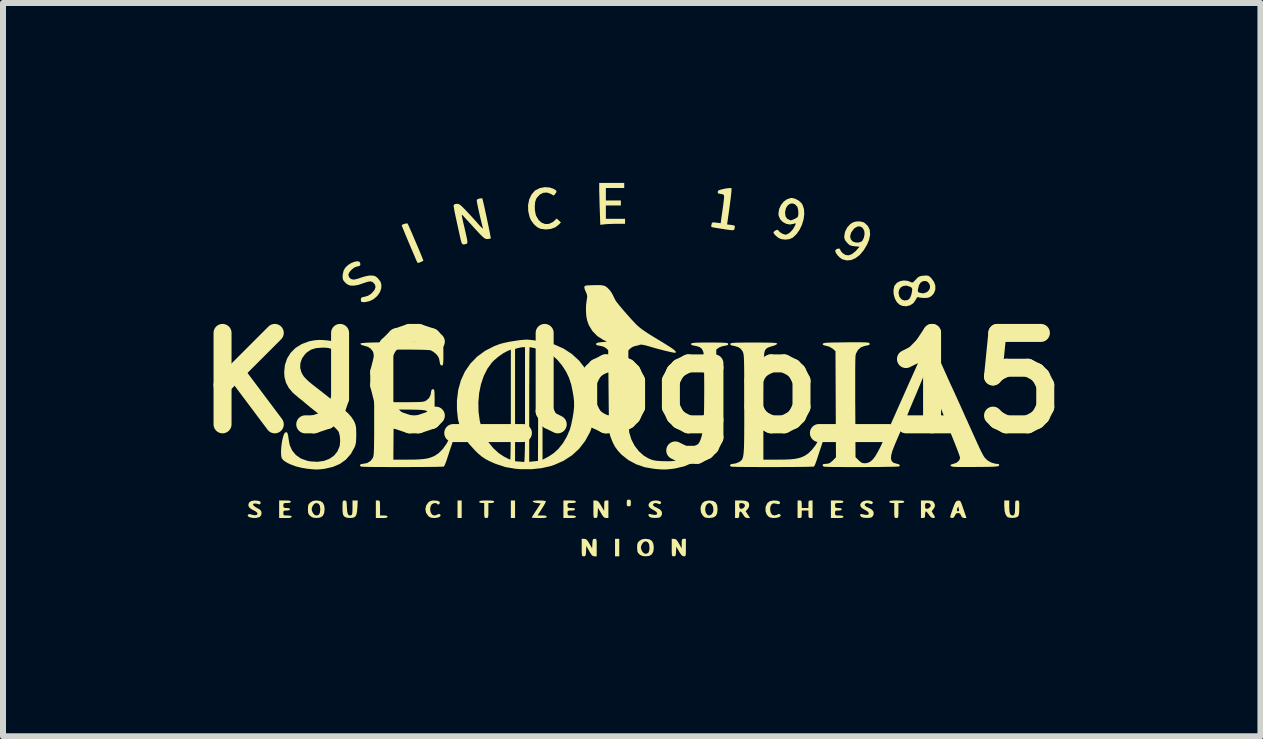
<source format=kicad_pcb>
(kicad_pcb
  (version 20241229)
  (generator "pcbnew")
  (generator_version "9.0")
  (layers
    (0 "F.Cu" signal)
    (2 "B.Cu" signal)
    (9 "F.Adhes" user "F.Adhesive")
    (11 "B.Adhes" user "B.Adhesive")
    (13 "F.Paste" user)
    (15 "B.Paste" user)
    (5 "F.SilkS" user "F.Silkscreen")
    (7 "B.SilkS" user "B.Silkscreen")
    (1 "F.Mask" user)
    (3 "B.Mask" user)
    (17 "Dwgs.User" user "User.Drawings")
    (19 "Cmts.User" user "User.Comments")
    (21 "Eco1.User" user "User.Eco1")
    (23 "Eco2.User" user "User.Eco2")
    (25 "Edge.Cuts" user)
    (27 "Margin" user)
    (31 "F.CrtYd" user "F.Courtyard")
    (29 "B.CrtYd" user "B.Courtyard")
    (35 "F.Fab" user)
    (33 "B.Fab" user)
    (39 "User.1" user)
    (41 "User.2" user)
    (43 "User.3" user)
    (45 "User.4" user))
  (footprint "KJC_logo_15"
    (layer "F.Cu")
    (at 7.482 3.335)
    (property "Reference" "KJC_logo_15" (at 0 0 0) (layer "F.SilkS") (effects (font (size 1.524 1.524) (thickness 0.3))))
    (attr board_only exclude_from_pos_files exclude_from_bom)
    (fp_poly (pts (xy -2.835 2.251) (xy -2.904 2.251) (xy -2.904 1.959) (xy -2.835 1.959)) (stroke (width 0) (type solid)) (fill yes) (layer "F.SilkS"))
    (fp_poly (pts (xy -1.945 2.251) (xy -2.015 2.251) (xy -2.015 1.959) (xy -1.945 1.959)) (stroke (width 0) (type solid)) (fill yes) (layer "F.SilkS"))
    (fp_poly (pts (xy -0.208 2.89) (xy -0.278 2.89) (xy -0.278 2.598) (xy -0.208 2.598)) (stroke (width 0) (type solid)) (fill yes) (layer "F.SilkS"))
    (fp_poly (pts (xy -0.026 1.948) (xy -0.016 1.963) (xy -0.014 1.996) (xy -0.014 2.001) (xy -0.016 2.037) (xy -0.025 2.053) (xy -0.046 2.056) (xy -0.049 2.056) (xy -0.071 2.053) (xy -0.081 2.039) (xy -0.083 2.006) (xy -0.083 2.001) (xy -0.081 1.965) (xy -0.073 1.949) (xy -0.052 1.945) (xy -0.049 1.945)) (stroke (width 0) (type solid)) (fill yes) (layer "F.SilkS"))
    (fp_poly (pts (xy -4.215 1.96) (xy -4.204 1.967) (xy -4.199 1.984) (xy -4.197 2.018) (xy -4.196 2.073) (xy -4.196 2.084) (xy -4.196 2.209) (xy -4.134 2.209) (xy -4.093 2.212) (xy -4.074 2.221) (xy -4.071 2.23) (xy -4.077 2.241) (xy -4.098 2.248) (xy -4.138 2.251) (xy -4.168 2.251) (xy -4.266 2.251) (xy -4.266 1.959) (xy -4.231 1.959)) (stroke (width 0) (type solid)) (fill yes) (layer "F.SilkS"))
    (fp_poly (pts (xy -0.125 -3.251) (xy -0.431 -3.251) (xy -0.431 -3.043) (xy -0.181 -3.043) (xy -0.181 -2.96) (xy -0.431 -2.96) (xy -0.431 -2.737) (xy -0.111 -2.737) (xy -0.111 -2.654) (xy -0.247 -2.654) (xy -0.315 -2.653) (xy -0.382 -2.65) (xy -0.437 -2.647) (xy -0.453 -2.645) (xy -0.524 -2.637) (xy -0.533 -2.891) (xy -0.536 -2.98) (xy -0.538 -3.067) (xy -0.54 -3.145) (xy -0.542 -3.207) (xy -0.542 -3.24) (xy -0.542 -3.335) (xy -0.125 -3.335)) (stroke (width 0) (type solid)) (fill yes) (layer "F.SilkS"))
    (fp_poly (pts (xy 2.821 1.962) (xy 2.831 1.975) (xy 2.834 2.005) (xy 2.835 2.022) (xy 2.835 2.084) (xy 2.946 2.084) (xy 2.946 2.022) (xy 2.947 1.983) (xy 2.954 1.965) (xy 2.971 1.959) (xy 2.98 1.959) (xy 3.015 1.959) (xy 3.015 2.251) (xy 2.98 2.251) (xy 2.959 2.248) (xy 2.949 2.236) (xy 2.946 2.205) (xy 2.946 2.188) (xy 2.946 2.126) (xy 2.835 2.126) (xy 2.835 2.188) (xy 2.833 2.227) (xy 2.826 2.245) (xy 2.809 2.251) (xy 2.8 2.251) (xy 2.765 2.251) (xy 2.765 1.959) (xy 2.8 1.959)) (stroke (width 0) (type solid)) (fill yes) (layer "F.SilkS"))
    (fp_poly (pts (xy -2.357 1.96) (xy -2.319 1.963) (xy -2.299 1.969) (xy -2.293 1.979) (xy -2.293 1.98) (xy -2.303 1.995) (xy -2.337 2.001) (xy -2.341 2.001) (xy -2.39 2.001) (xy -2.39 2.126) (xy -2.39 2.185) (xy -2.392 2.222) (xy -2.397 2.242) (xy -2.406 2.249) (xy -2.422 2.251) (xy -2.425 2.251) (xy -2.441 2.25) (xy -2.451 2.243) (xy -2.457 2.226) (xy -2.459 2.192) (xy -2.459 2.137) (xy -2.459 2.126) (xy -2.459 2.001) (xy -2.501 2.001) (xy -2.534 1.995) (xy -2.543 1.98) (xy -2.538 1.97) (xy -2.52 1.964) (xy -2.485 1.96) (xy -2.427 1.959) (xy -2.418 1.959)) (stroke (width 0) (type solid)) (fill yes) (layer "F.SilkS"))
    (fp_poly (pts (xy 4.48 1.96) (xy 4.518 1.963) (xy 4.537 1.969) (xy 4.544 1.979) (xy 4.544 1.98) (xy 4.533 1.995) (xy 4.499 2.001) (xy 4.495 2.001) (xy 4.446 2.001) (xy 4.446 2.126) (xy 4.446 2.185) (xy 4.444 2.222) (xy 4.439 2.242) (xy 4.43 2.249) (xy 4.415 2.251) (xy 4.412 2.251) (xy 4.395 2.25) (xy 4.385 2.243) (xy 4.38 2.226) (xy 4.377 2.192) (xy 4.377 2.137) (xy 4.377 2.126) (xy 4.377 2.001) (xy 4.335 2.001) (xy 4.302 1.995) (xy 4.294 1.98) (xy 4.298 1.97) (xy 4.316 1.964) (xy 4.352 1.96) (xy 4.41 1.959) (xy 4.419 1.959)) (stroke (width 0) (type solid)) (fill yes) (layer "F.SilkS"))
    (fp_poly (pts (xy -0.578 1.963) (xy -0.557 1.977) (xy -0.534 2.007) (xy -0.51 2.046) (xy -0.459 2.133) (xy -0.459 2.046) (xy -0.458 1.999) (xy -0.454 1.973) (xy -0.445 1.962) (xy -0.427 1.959) (xy -0.424 1.959) (xy -0.389 1.959) (xy -0.389 2.251) (xy -0.427 2.251) (xy -0.45 2.247) (xy -0.47 2.232) (xy -0.493 2.201) (xy -0.514 2.166) (xy -0.563 2.081) (xy -0.567 2.166) (xy -0.57 2.213) (xy -0.575 2.238) (xy -0.586 2.249) (xy -0.605 2.251) (xy -0.605 2.251) (xy -0.62 2.25) (xy -0.63 2.244) (xy -0.636 2.228) (xy -0.638 2.198) (xy -0.639 2.147) (xy -0.639 2.105) (xy -0.639 1.959) (xy -0.601 1.959)) (stroke (width 0) (type solid)) (fill yes) (layer "F.SilkS"))
    (fp_poly (pts (xy 2.429 1.963) (xy 2.463 1.975) (xy 2.473 1.995) (xy 2.465 2.017) (xy 2.438 2.021) (xy 2.407 2.012) (xy 2.362 2.006) (xy 2.33 2.024) (xy 2.311 2.064) (xy 2.307 2.105) (xy 2.316 2.159) (xy 2.34 2.195) (xy 2.377 2.209) (xy 2.421 2.198) (xy 2.431 2.192) (xy 2.457 2.182) (xy 2.476 2.193) (xy 2.476 2.193) (xy 2.484 2.213) (xy 2.47 2.229) (xy 2.439 2.242) (xy 2.4 2.249) (xy 2.356 2.251) (xy 2.315 2.244) (xy 2.283 2.23) (xy 2.249 2.191) (xy 2.231 2.137) (xy 2.231 2.077) (xy 2.236 2.055) (xy 2.262 2.002) (xy 2.304 1.97) (xy 2.364 1.959) (xy 2.371 1.959)) (stroke (width 0) (type solid)) (fill yes) (layer "F.SilkS"))
    (fp_poly (pts (xy -1.479 1.961) (xy -1.442 1.967) (xy -1.431 1.975) (xy -1.438 1.993) (xy -1.457 2.029) (xy -1.485 2.075) (xy -1.5 2.1) (xy -1.57 2.209) (xy -1.493 2.209) (xy -1.447 2.211) (xy -1.424 2.218) (xy -1.417 2.23) (xy -1.422 2.24) (xy -1.44 2.247) (xy -1.475 2.25) (xy -1.533 2.251) (xy -1.542 2.251) (xy -1.597 2.25) (xy -1.64 2.248) (xy -1.664 2.246) (xy -1.667 2.244) (xy -1.66 2.231) (xy -1.641 2.199) (xy -1.613 2.155) (xy -1.592 2.123) (xy -1.517 2.008) (xy -1.581 2.001) (xy -1.62 1.993) (xy -1.645 1.982) (xy -1.65 1.977) (xy -1.645 1.967) (xy -1.622 1.962) (xy -1.576 1.959) (xy -1.543 1.959)) (stroke (width 0) (type solid)) (fill yes) (layer "F.SilkS"))
    (fp_poly (pts (xy -4.574 2.077) (xy -4.58 2.15) (xy -4.592 2.2) (xy -4.613 2.231) (xy -4.645 2.246) (xy -4.692 2.251) (xy -4.699 2.251) (xy -4.751 2.246) (xy -4.786 2.23) (xy -4.794 2.223) (xy -4.808 2.205) (xy -4.816 2.18) (xy -4.82 2.141) (xy -4.822 2.083) (xy -4.822 2.077) (xy -4.821 2.02) (xy -4.819 1.985) (xy -4.814 1.967) (xy -4.804 1.96) (xy -4.787 1.959) (xy -4.77 1.961) (xy -4.76 1.968) (xy -4.754 1.988) (xy -4.751 2.026) (xy -4.749 2.072) (xy -4.744 2.141) (xy -4.733 2.185) (xy -4.715 2.207) (xy -4.688 2.208) (xy -4.678 2.205) (xy -4.666 2.196) (xy -4.659 2.175) (xy -4.656 2.137) (xy -4.655 2.078) (xy -4.655 1.959) (xy -4.568 1.959)) (stroke (width 0) (type solid)) (fill yes) (layer "F.SilkS"))
    (fp_poly (pts (xy 0.903 2.744) (xy 0.903 2.809) (xy 0.902 2.851) (xy 0.898 2.875) (xy 0.891 2.887) (xy 0.879 2.89) (xy 0.869 2.89) (xy 0.847 2.884) (xy 0.825 2.864) (xy 0.798 2.824) (xy 0.79 2.81) (xy 0.743 2.73) (xy 0.739 2.81) (xy 0.736 2.855) (xy 0.73 2.879) (xy 0.718 2.889) (xy 0.701 2.89) (xy 0.686 2.889) (xy 0.676 2.883) (xy 0.67 2.868) (xy 0.668 2.837) (xy 0.667 2.786) (xy 0.667 2.744) (xy 0.667 2.598) (xy 0.705 2.599) (xy 0.729 2.603) (xy 0.749 2.618) (xy 0.772 2.651) (xy 0.788 2.678) (xy 0.833 2.758) (xy 0.833 2.678) (xy 0.834 2.633) (xy 0.839 2.609) (xy 0.85 2.6) (xy 0.868 2.598) (xy 0.903 2.598)) (stroke (width 0) (type solid)) (fill yes) (layer "F.SilkS"))
    (fp_poly (pts (xy -3.737 -2.658) (xy -3.729 -2.643) (xy -3.712 -2.606) (xy -3.689 -2.553) (xy -3.66 -2.488) (xy -3.629 -2.414) (xy -3.596 -2.337) (xy -3.563 -2.26) (xy -3.533 -2.189) (xy -3.507 -2.126) (xy -3.488 -2.078) (xy -3.476 -2.048) (xy -3.474 -2.04) (xy -3.485 -2.031) (xy -3.512 -2.019) (xy -3.542 -2.007) (xy -3.565 -2.001) (xy -3.567 -2.001) (xy -3.575 -2.012) (xy -3.589 -2.04) (xy -3.592 -2.046) (xy -3.603 -2.072) (xy -3.623 -2.12) (xy -3.65 -2.183) (xy -3.682 -2.258) (xy -3.717 -2.34) (xy -3.723 -2.355) (xy -3.757 -2.435) (xy -3.786 -2.506) (xy -3.81 -2.564) (xy -3.827 -2.606) (xy -3.835 -2.627) (xy -3.835 -2.628) (xy -3.823 -2.64) (xy -3.796 -2.651) (xy -3.764 -2.659) (xy -3.741 -2.66)) (stroke (width 0) (type solid)) (fill yes) (layer "F.SilkS"))
    (fp_poly (pts (xy -3.237 1.964) (xy -3.205 1.978) (xy -3.199 2.002) (xy -3.2 2.006) (xy -3.217 2.027) (xy -3.238 2.023) (xy -3.244 2.015) (xy -3.267 2.002) (xy -3.299 2.004) (xy -3.33 2.02) (xy -3.341 2.032) (xy -3.358 2.074) (xy -3.36 2.12) (xy -3.349 2.163) (xy -3.326 2.196) (xy -3.294 2.209) (xy -3.292 2.209) (xy -3.258 2.202) (xy -3.238 2.192) (xy -3.212 2.182) (xy -3.193 2.193) (xy -3.193 2.193) (xy -3.186 2.213) (xy -3.202 2.231) (xy -3.237 2.245) (xy -3.286 2.251) (xy -3.294 2.251) (xy -3.342 2.247) (xy -3.376 2.231) (xy -3.394 2.216) (xy -3.429 2.163) (xy -3.44 2.103) (xy -3.427 2.043) (xy -3.394 1.994) (xy -3.362 1.97) (xy -3.323 1.96) (xy -3.295 1.959)) (stroke (width 0) (type solid)) (fill yes) (layer "F.SilkS"))
    (fp_poly (pts (xy -0.769 2.602) (xy -0.748 2.616) (xy -0.726 2.645) (xy -0.706 2.678) (xy -0.66 2.758) (xy -0.656 2.678) (xy -0.653 2.633) (xy -0.647 2.609) (xy -0.635 2.6) (xy -0.618 2.598) (xy -0.602 2.599) (xy -0.593 2.605) (xy -0.587 2.621) (xy -0.584 2.652) (xy -0.584 2.702) (xy -0.584 2.744) (xy -0.584 2.89) (xy -0.622 2.89) (xy -0.644 2.886) (xy -0.664 2.872) (xy -0.686 2.841) (xy -0.709 2.803) (xy -0.757 2.716) (xy -0.761 2.803) (xy -0.764 2.851) (xy -0.77 2.877) (xy -0.78 2.888) (xy -0.798 2.89) (xy -0.8 2.89) (xy -0.815 2.889) (xy -0.825 2.883) (xy -0.83 2.868) (xy -0.833 2.837) (xy -0.834 2.786) (xy -0.834 2.744) (xy -0.834 2.598) (xy -0.793 2.598)) (stroke (width 0) (type solid)) (fill yes) (layer "F.SilkS"))
    (fp_poly (pts (xy 6.294 2.068) (xy 6.297 2.134) (xy 6.305 2.177) (xy 6.321 2.201) (xy 6.346 2.209) (xy 6.351 2.209) (xy 6.37 2.204) (xy 6.382 2.186) (xy 6.389 2.151) (xy 6.391 2.095) (xy 6.392 2.062) (xy 6.392 2.01) (xy 6.395 1.979) (xy 6.402 1.964) (xy 6.415 1.96) (xy 6.426 1.959) (xy 6.443 1.96) (xy 6.453 1.967) (xy 6.459 1.985) (xy 6.461 2.019) (xy 6.461 2.075) (xy 6.461 2.082) (xy 6.46 2.144) (xy 6.456 2.185) (xy 6.449 2.211) (xy 6.437 2.227) (xy 6.436 2.228) (xy 6.403 2.243) (xy 6.356 2.25) (xy 6.307 2.248) (xy 6.268 2.237) (xy 6.263 2.234) (xy 6.234 2.196) (xy 6.217 2.135) (xy 6.211 2.049) (xy 6.211 1.959) (xy 6.294 1.959)) (stroke (width 0) (type solid)) (fill yes) (layer "F.SilkS"))
    (fp_poly (pts (xy 1.358 1.967) (xy 1.4 1.993) (xy 1.424 2.038) (xy 1.431 2.105) (xy 1.431 2.105) (xy 1.424 2.172) (xy 1.401 2.217) (xy 1.359 2.242) (xy 1.297 2.251) (xy 1.292 2.251) (xy 1.245 2.248) (xy 1.213 2.237) (xy 1.189 2.216) (xy 1.155 2.16) (xy 1.15 2.118) (xy 1.225 2.118) (xy 1.235 2.161) (xy 1.256 2.194) (xy 1.285 2.209) (xy 1.288 2.209) (xy 1.316 2.2) (xy 1.336 2.186) (xy 1.357 2.15) (xy 1.362 2.108) (xy 1.354 2.057) (xy 1.333 2.021) (xy 1.305 2.003) (xy 1.273 2.006) (xy 1.244 2.032) (xy 1.228 2.072) (xy 1.225 2.118) (xy 1.15 2.118) (xy 1.147 2.095) (xy 1.154 2.052) (xy 1.178 2.002) (xy 1.218 1.972) (xy 1.277 1.96) (xy 1.296 1.959)) (stroke (width 0) (type solid)) (fill yes) (layer "F.SilkS"))
    (fp_poly (pts (xy -5.727 1.96) (xy -5.697 1.965) (xy -5.684 1.974) (xy -5.683 1.98) (xy -5.691 1.994) (xy -5.719 2) (xy -5.746 2.001) (xy -5.784 2.002) (xy -5.802 2.009) (xy -5.808 2.027) (xy -5.808 2.043) (xy -5.806 2.069) (xy -5.794 2.081) (xy -5.764 2.084) (xy -5.753 2.084) (xy -5.714 2.088) (xy -5.698 2.099) (xy -5.697 2.105) (xy -5.706 2.12) (xy -5.737 2.126) (xy -5.753 2.126) (xy -5.788 2.128) (xy -5.804 2.136) (xy -5.808 2.159) (xy -5.808 2.168) (xy -5.807 2.192) (xy -5.797 2.205) (xy -5.773 2.209) (xy -5.739 2.209) (xy -5.695 2.212) (xy -5.674 2.219) (xy -5.669 2.23) (xy -5.675 2.241) (xy -5.694 2.248) (xy -5.733 2.251) (xy -5.773 2.251) (xy -5.878 2.251) (xy -5.878 1.959) (xy -5.78 1.959)) (stroke (width 0) (type solid)) (fill yes) (layer "F.SilkS"))
    (fp_poly (pts (xy -0.98 1.96) (xy -0.948 1.964) (xy -0.933 1.972) (xy -0.931 1.98) (xy -0.938 1.993) (xy -0.964 2) (xy -1 2.001) (xy -1.042 2.002) (xy -1.062 2.007) (xy -1.069 2.022) (xy -1.07 2.043) (xy -1.068 2.068) (xy -1.058 2.08) (xy -1.031 2.084) (xy -1.007 2.084) (xy -0.966 2.087) (xy -0.947 2.096) (xy -0.945 2.105) (xy -0.953 2.119) (xy -0.981 2.125) (xy -1.007 2.126) (xy -1.046 2.127) (xy -1.064 2.134) (xy -1.07 2.152) (xy -1.07 2.168) (xy -1.068 2.192) (xy -1.059 2.205) (xy -1.035 2.209) (xy -1 2.209) (xy -0.957 2.212) (xy -0.935 2.219) (xy -0.931 2.23) (xy -0.936 2.241) (xy -0.956 2.248) (xy -0.995 2.251) (xy -1.035 2.251) (xy -1.139 2.251) (xy -1.139 1.959) (xy -1.035 1.959)) (stroke (width 0) (type solid)) (fill yes) (layer "F.SilkS"))
    (fp_poly (pts (xy 3.48 1.96) (xy 3.512 1.964) (xy 3.527 1.972) (xy 3.529 1.98) (xy 3.522 1.993) (xy 3.496 2) (xy 3.46 2.001) (xy 3.419 2.002) (xy 3.398 2.007) (xy 3.391 2.022) (xy 3.39 2.043) (xy 3.393 2.069) (xy 3.404 2.081) (xy 3.434 2.084) (xy 3.446 2.084) (xy 3.485 2.088) (xy 3.501 2.099) (xy 3.502 2.105) (xy 3.492 2.12) (xy 3.462 2.126) (xy 3.446 2.126) (xy 3.41 2.128) (xy 3.394 2.136) (xy 3.39 2.159) (xy 3.39 2.168) (xy 3.392 2.192) (xy 3.401 2.205) (xy 3.426 2.209) (xy 3.46 2.209) (xy 3.504 2.212) (xy 3.525 2.219) (xy 3.529 2.23) (xy 3.524 2.241) (xy 3.504 2.248) (xy 3.465 2.251) (xy 3.425 2.251) (xy 3.321 2.251) (xy 3.321 1.959) (xy 3.425 1.959)) (stroke (width 0) (type solid)) (fill yes) (layer "F.SilkS"))
    (fp_poly (pts (xy 1.885 1.963) (xy 1.928 1.975) (xy 1.952 1.999) (xy 1.959 2.036) (xy 1.959 2.039) (xy 1.95 2.076) (xy 1.929 2.107) (xy 1.899 2.139) (xy 1.936 2.195) (xy 1.973 2.251) (xy 1.932 2.251) (xy 1.902 2.246) (xy 1.879 2.227) (xy 1.859 2.196) (xy 1.831 2.155) (xy 1.811 2.141) (xy 1.797 2.154) (xy 1.792 2.192) (xy 1.792 2.195) (xy 1.791 2.231) (xy 1.782 2.247) (xy 1.761 2.251) (xy 1.758 2.251) (xy 1.723 2.251) (xy 1.723 2.049) (xy 1.792 2.049) (xy 1.8 2.086) (xy 1.821 2.1) (xy 1.855 2.089) (xy 1.868 2.08) (xy 1.888 2.053) (xy 1.884 2.027) (xy 1.859 2.008) (xy 1.837 2.003) (xy 1.808 2.003) (xy 1.795 2.013) (xy 1.792 2.043) (xy 1.792 2.049) (xy 1.723 2.049) (xy 1.723 1.959) (xy 1.819 1.959)) (stroke (width 0) (type solid)) (fill yes) (layer "F.SilkS"))
    (fp_poly (pts (xy -5.192 1.968) (xy -5.151 1.995) (xy -5.127 2.043) (xy -5.12 2.105) (xy -5.128 2.172) (xy -5.153 2.218) (xy -5.197 2.244) (xy -5.254 2.251) (xy -5.307 2.246) (xy -5.346 2.228) (xy -5.359 2.217) (xy -5.382 2.194) (xy -5.394 2.168) (xy -5.398 2.13) (xy -5.398 2.105) (xy -5.336 2.105) (xy -5.33 2.133) (xy -5.315 2.168) (xy -5.314 2.168) (xy -5.287 2.2) (xy -5.252 2.21) (xy -5.218 2.196) (xy -5.21 2.188) (xy -5.199 2.161) (xy -5.193 2.12) (xy -5.192 2.105) (xy -5.199 2.047) (xy -5.221 2.013) (xy -5.258 2.001) (xy -5.261 2.001) (xy -5.29 2.013) (xy -5.316 2.044) (xy -5.333 2.083) (xy -5.336 2.105) (xy -5.398 2.105) (xy -5.396 2.057) (xy -5.389 2.027) (xy -5.371 2.004) (xy -5.359 1.993) (xy -5.321 1.969) (xy -5.275 1.96) (xy -5.254 1.959)) (stroke (width 0) (type solid)) (fill yes) (layer "F.SilkS"))
    (fp_poly (pts (xy 0.296 2.607) (xy 0.338 2.634) (xy 0.361 2.682) (xy 0.368 2.744) (xy 0.36 2.811) (xy 0.335 2.857) (xy 0.292 2.883) (xy 0.235 2.89) (xy 0.182 2.885) (xy 0.142 2.867) (xy 0.129 2.857) (xy 0.106 2.833) (xy 0.095 2.808) (xy 0.091 2.769) (xy 0.09 2.744) (xy 0.153 2.744) (xy 0.159 2.772) (xy 0.174 2.807) (xy 0.174 2.807) (xy 0.202 2.839) (xy 0.237 2.849) (xy 0.27 2.835) (xy 0.279 2.827) (xy 0.29 2.8) (xy 0.296 2.759) (xy 0.296 2.744) (xy 0.289 2.687) (xy 0.267 2.652) (xy 0.23 2.64) (xy 0.228 2.64) (xy 0.199 2.652) (xy 0.173 2.683) (xy 0.156 2.722) (xy 0.153 2.744) (xy 0.09 2.744) (xy 0.092 2.696) (xy 0.1 2.666) (xy 0.117 2.643) (xy 0.129 2.632) (xy 0.167 2.608) (xy 0.214 2.599) (xy 0.235 2.598)) (stroke (width 0) (type solid)) (fill yes) (layer "F.SilkS"))
    (fp_poly (pts (xy 0.451 1.965) (xy 0.479 1.976) (xy 0.492 1.992) (xy 0.486 2.009) (xy 0.464 2.021) (xy 0.444 2.014) (xy 0.406 2.002) (xy 0.373 2.005) (xy 0.357 2.021) (xy 0.356 2.04) (xy 0.375 2.059) (xy 0.416 2.079) (xy 0.428 2.084) (xy 0.477 2.113) (xy 0.503 2.15) (xy 0.504 2.192) (xy 0.502 2.199) (xy 0.483 2.228) (xy 0.465 2.242) (xy 0.429 2.249) (xy 0.381 2.25) (xy 0.334 2.246) (xy 0.302 2.236) (xy 0.302 2.236) (xy 0.282 2.214) (xy 0.278 2.2) (xy 0.284 2.186) (xy 0.307 2.186) (xy 0.316 2.188) (xy 0.373 2.199) (xy 0.407 2.198) (xy 0.422 2.185) (xy 0.424 2.175) (xy 0.412 2.149) (xy 0.374 2.124) (xy 0.364 2.119) (xy 0.31 2.087) (xy 0.282 2.054) (xy 0.282 2.021) (xy 0.306 1.987) (xy 0.334 1.97) (xy 0.372 1.961) (xy 0.413 1.959)) (stroke (width 0) (type solid)) (fill yes) (layer "F.SilkS"))
    (fp_poly (pts (xy 3.98 1.965) (xy 4.009 1.976) (xy 4.021 1.992) (xy 4.015 2.009) (xy 3.993 2.021) (xy 3.973 2.014) (xy 3.935 2.002) (xy 3.902 2.005) (xy 3.886 2.021) (xy 3.886 2.04) (xy 3.904 2.059) (xy 3.945 2.079) (xy 3.958 2.084) (xy 4.006 2.113) (xy 4.032 2.15) (xy 4.033 2.192) (xy 4.031 2.199) (xy 4.013 2.228) (xy 3.995 2.242) (xy 3.958 2.249) (xy 3.91 2.25) (xy 3.864 2.246) (xy 3.832 2.236) (xy 3.832 2.236) (xy 3.811 2.214) (xy 3.807 2.2) (xy 3.814 2.186) (xy 3.837 2.186) (xy 3.845 2.188) (xy 3.902 2.199) (xy 3.936 2.198) (xy 3.952 2.185) (xy 3.953 2.175) (xy 3.941 2.149) (xy 3.903 2.124) (xy 3.893 2.119) (xy 3.839 2.087) (xy 3.812 2.054) (xy 3.811 2.021) (xy 3.835 1.987) (xy 3.863 1.97) (xy 3.901 1.961) (xy 3.942 1.959)) (stroke (width 0) (type solid)) (fill yes) (layer "F.SilkS"))
    (fp_poly (pts (xy -6.225 1.964) (xy -6.193 1.977) (xy -6.186 2) (xy -6.188 2.008) (xy -6.204 2.024) (xy -6.222 2.021) (xy -6.255 2.012) (xy -6.281 2.009) (xy -6.309 2.014) (xy -6.314 2.028) (xy -6.299 2.05) (xy -6.263 2.075) (xy -6.246 2.084) (xy -6.203 2.108) (xy -6.181 2.131) (xy -6.172 2.157) (xy -6.172 2.158) (xy -6.177 2.204) (xy -6.205 2.235) (xy -6.255 2.249) (xy -6.287 2.251) (xy -6.336 2.247) (xy -6.374 2.237) (xy -6.386 2.231) (xy -6.403 2.212) (xy -6.397 2.195) (xy -6.397 2.195) (xy -6.378 2.186) (xy -6.347 2.191) (xy -6.332 2.196) (xy -6.285 2.206) (xy -6.253 2.201) (xy -6.239 2.184) (xy -6.246 2.161) (xy -6.277 2.136) (xy -6.291 2.13) (xy -6.347 2.1) (xy -6.379 2.072) (xy -6.391 2.041) (xy -6.392 2.034) (xy -6.38 1.994) (xy -6.346 1.969) (xy -6.289 1.959) (xy -6.283 1.959)) (stroke (width 0) (type solid)) (fill yes) (layer "F.SilkS"))
    (fp_poly (pts (xy 5.473 1.966) (xy 5.485 1.981) (xy 5.498 2.011) (xy 5.516 2.06) (xy 5.531 2.105) (xy 5.581 2.251) (xy 5.543 2.251) (xy 5.513 2.244) (xy 5.494 2.219) (xy 5.491 2.209) (xy 5.473 2.178) (xy 5.447 2.168) (xy 5.44 2.168) (xy 5.41 2.175) (xy 5.392 2.202) (xy 5.389 2.209) (xy 5.371 2.241) (xy 5.344 2.251) (xy 5.341 2.251) (xy 5.316 2.245) (xy 5.309 2.234) (xy 5.314 2.214) (xy 5.326 2.174) (xy 5.344 2.123) (xy 5.344 2.122) (xy 5.42 2.122) (xy 5.43 2.137) (xy 5.441 2.14) (xy 5.457 2.132) (xy 5.456 2.109) (xy 5.448 2.078) (xy 5.446 2.063) (xy 5.442 2.062) (xy 5.433 2.078) (xy 5.424 2.101) (xy 5.42 2.122) (xy 5.344 2.122) (xy 5.355 2.091) (xy 5.377 2.033) (xy 5.394 1.996) (xy 5.408 1.975) (xy 5.423 1.965) (xy 5.441 1.962) (xy 5.459 1.961)) (stroke (width 0) (type solid)) (fill yes) (layer "F.SilkS"))
    (fp_poly (pts (xy -1.369 -3.259) (xy -1.308 -3.239) (xy -1.27 -3.217) (xy -1.254 -3.199) (xy -1.258 -3.178) (xy -1.275 -3.154) (xy -1.3 -3.124) (xy -1.352 -3.154) (xy -1.412 -3.175) (xy -1.473 -3.171) (xy -1.53 -3.143) (xy -1.578 -3.092) (xy -1.594 -3.066) (xy -1.61 -3.016) (xy -1.616 -2.95) (xy -1.614 -2.88) (xy -1.602 -2.815) (xy -1.593 -2.786) (xy -1.552 -2.717) (xy -1.501 -2.672) (xy -1.442 -2.65) (xy -1.381 -2.652) (xy -1.319 -2.681) (xy -1.29 -2.705) (xy -1.251 -2.742) (xy -1.216 -2.71) (xy -1.181 -2.677) (xy -1.212 -2.643) (xy -1.273 -2.596) (xy -1.349 -2.568) (xy -1.434 -2.559) (xy -1.521 -2.571) (xy -1.526 -2.572) (xy -1.579 -2.6) (xy -1.632 -2.648) (xy -1.676 -2.708) (xy -1.703 -2.767) (xy -1.726 -2.868) (xy -1.728 -2.966) (xy -1.71 -3.058) (xy -1.673 -3.138) (xy -1.619 -3.202) (xy -1.6 -3.216) (xy -1.53 -3.25) (xy -1.449 -3.265)) (stroke (width 0) (type solid)) (fill yes) (layer "F.SilkS"))
    (fp_poly (pts (xy 4.971 1.96) (xy 5.003 1.965) (xy 5.023 1.975) (xy 5.036 1.99) (xy 5.055 2.031) (xy 5.051 2.069) (xy 5.029 2.103) (xy 5 2.14) (xy 5.029 2.187) (xy 5.05 2.223) (xy 5.055 2.243) (xy 5.044 2.25) (xy 5.023 2.251) (xy 4.994 2.242) (xy 4.966 2.213) (xy 4.954 2.195) (xy 4.93 2.163) (xy 4.911 2.143) (xy 4.905 2.14) (xy 4.896 2.152) (xy 4.891 2.183) (xy 4.891 2.195) (xy 4.889 2.231) (xy 4.88 2.247) (xy 4.859 2.251) (xy 4.856 2.251) (xy 4.822 2.251) (xy 4.822 2.05) (xy 4.891 2.05) (xy 4.894 2.083) (xy 4.907 2.097) (xy 4.918 2.098) (xy 4.949 2.089) (xy 4.966 2.076) (xy 4.984 2.057) (xy 4.986 2.042) (xy 4.98 2.023) (xy 4.96 2.006) (xy 4.931 2.001) (xy 4.904 2.004) (xy 4.893 2.018) (xy 4.891 2.05) (xy 4.822 2.05) (xy 4.822 1.959) (xy 4.918 1.959)) (stroke (width 0) (type solid)) (fill yes) (layer "F.SilkS"))
    (fp_poly (pts (xy 1.659 -3.249) (xy 1.663 -3.247) (xy 1.664 -3.23) (xy 1.662 -3.191) (xy 1.656 -3.132) (xy 1.647 -3.058) (xy 1.636 -2.974) (xy 1.632 -2.94) (xy 1.59 -2.643) (xy 1.65 -2.636) (xy 1.694 -2.63) (xy 1.715 -2.621) (xy 1.72 -2.605) (xy 1.715 -2.579) (xy 1.711 -2.564) (xy 1.706 -2.554) (xy 1.694 -2.548) (xy 1.672 -2.547) (xy 1.636 -2.55) (xy 1.58 -2.558) (xy 1.502 -2.57) (xy 1.496 -2.571) (xy 1.432 -2.581) (xy 1.379 -2.59) (xy 1.342 -2.597) (xy 1.327 -2.601) (xy 1.327 -2.601) (xy 1.326 -2.616) (xy 1.33 -2.643) (xy 1.336 -2.665) (xy 1.347 -2.676) (xy 1.371 -2.677) (xy 1.41 -2.673) (xy 1.483 -2.664) (xy 1.498 -2.774) (xy 1.514 -2.882) (xy 1.525 -2.965) (xy 1.533 -3.028) (xy 1.538 -3.072) (xy 1.54 -3.102) (xy 1.539 -3.121) (xy 1.536 -3.132) (xy 1.531 -3.138) (xy 1.527 -3.141) (xy 1.499 -3.151) (xy 1.469 -3.154) (xy 1.439 -3.162) (xy 1.432 -3.183) (xy 1.442 -3.206) (xy 1.461 -3.216) (xy 1.497 -3.227) (xy 1.544 -3.238) (xy 1.592 -3.246) (xy 1.634 -3.25)) (stroke (width 0) (type solid)) (fill yes) (layer "F.SilkS"))
    (fp_poly (pts (xy -4.544 -2.024) (xy -4.529 -2.005) (xy -4.526 -1.993) (xy -4.524 -1.97) (xy -4.531 -1.957) (xy -4.554 -1.947) (xy -4.591 -1.939) (xy -4.631 -1.921) (xy -4.671 -1.889) (xy -4.704 -1.851) (xy -4.723 -1.814) (xy -4.724 -1.803) (xy -4.712 -1.763) (xy -4.68 -1.734) (xy -4.638 -1.723) (xy -4.607 -1.728) (xy -4.561 -1.74) (xy -4.51 -1.758) (xy -4.447 -1.777) (xy -4.385 -1.79) (xy -4.35 -1.792) (xy -4.303 -1.789) (xy -4.268 -1.776) (xy -4.233 -1.747) (xy -4.192 -1.694) (xy -4.175 -1.649) (xy -4.175 -1.58) (xy -4.199 -1.512) (xy -4.242 -1.451) (xy -4.3 -1.4) (xy -4.369 -1.365) (xy -4.444 -1.348) (xy -4.46 -1.348) (xy -4.496 -1.349) (xy -4.512 -1.358) (xy -4.516 -1.38) (xy -4.516 -1.388) (xy -4.513 -1.413) (xy -4.501 -1.426) (xy -4.472 -1.434) (xy -4.452 -1.438) (xy -4.396 -1.454) (xy -4.346 -1.487) (xy -4.334 -1.498) (xy -4.29 -1.548) (xy -4.272 -1.592) (xy -4.278 -1.633) (xy -4.294 -1.658) (xy -4.321 -1.684) (xy -4.355 -1.694) (xy -4.4 -1.688) (xy -4.463 -1.667) (xy -4.464 -1.667) (xy -4.558 -1.635) (xy -4.635 -1.622) (xy -4.696 -1.625) (xy -4.747 -1.647) (xy -4.787 -1.685) (xy -4.81 -1.715) (xy -4.819 -1.746) (xy -4.82 -1.787) (xy -4.819 -1.801) (xy -4.804 -1.872) (xy -4.776 -1.922) (xy -4.73 -1.966) (xy -4.672 -2.002) (xy -4.611 -2.024) (xy -4.576 -2.029)) (stroke (width 0) (type solid)) (fill yes) (layer "F.SilkS"))
    (fp_poly (pts (xy 3.86 -2.681) (xy 3.882 -2.669) (xy 3.937 -2.618) (xy 3.968 -2.554) (xy 3.975 -2.477) (xy 3.958 -2.39) (xy 3.925 -2.309) (xy 3.866 -2.211) (xy 3.801 -2.134) (xy 3.73 -2.08) (xy 3.657 -2.049) (xy 3.583 -2.043) (xy 3.511 -2.063) (xy 3.501 -2.068) (xy 3.463 -2.096) (xy 3.428 -2.133) (xy 3.403 -2.171) (xy 3.393 -2.203) (xy 3.393 -2.208) (xy 3.406 -2.226) (xy 3.431 -2.238) (xy 3.456 -2.241) (xy 3.472 -2.234) (xy 3.474 -2.228) (xy 3.483 -2.206) (xy 3.506 -2.175) (xy 3.514 -2.167) (xy 3.563 -2.134) (xy 3.616 -2.128) (xy 3.673 -2.15) (xy 3.733 -2.198) (xy 3.752 -2.219) (xy 3.799 -2.272) (xy 3.718 -2.279) (xy 3.669 -2.286) (xy 3.635 -2.298) (xy 3.606 -2.322) (xy 3.591 -2.338) (xy 3.559 -2.378) (xy 3.545 -2.415) (xy 3.543 -2.446) (xy 3.544 -2.451) (xy 3.642 -2.451) (xy 3.649 -2.402) (xy 3.679 -2.364) (xy 3.693 -2.355) (xy 3.737 -2.342) (xy 3.785 -2.342) (xy 3.827 -2.356) (xy 3.846 -2.372) (xy 3.871 -2.424) (xy 3.882 -2.485) (xy 3.876 -2.54) (xy 3.875 -2.541) (xy 3.848 -2.587) (xy 3.809 -2.61) (xy 3.765 -2.609) (xy 3.718 -2.583) (xy 3.698 -2.563) (xy 3.658 -2.506) (xy 3.642 -2.451) (xy 3.544 -2.451) (xy 3.556 -2.52) (xy 3.591 -2.591) (xy 3.644 -2.649) (xy 3.685 -2.676) (xy 3.739 -2.692) (xy 3.802 -2.694)) (stroke (width 0) (type solid)) (fill yes) (layer "F.SilkS"))
    (fp_poly (pts (xy 2.723 -3.073) (xy 2.779 -3.044) (xy 2.826 -3.003) (xy 2.846 -2.975) (xy 2.871 -2.904) (xy 2.877 -2.821) (xy 2.866 -2.731) (xy 2.839 -2.64) (xy 2.799 -2.555) (xy 2.747 -2.481) (xy 2.685 -2.423) (xy 2.682 -2.421) (xy 2.628 -2.398) (xy 2.562 -2.39) (xy 2.496 -2.398) (xy 2.473 -2.406) (xy 2.44 -2.424) (xy 2.405 -2.452) (xy 2.377 -2.482) (xy 2.363 -2.505) (xy 2.362 -2.508) (xy 2.373 -2.526) (xy 2.398 -2.543) (xy 2.425 -2.555) (xy 2.44 -2.55) (xy 2.447 -2.539) (xy 2.474 -2.512) (xy 2.514 -2.488) (xy 2.556 -2.474) (xy 2.569 -2.473) (xy 2.603 -2.485) (xy 2.644 -2.514) (xy 2.682 -2.556) (xy 2.71 -2.6) (xy 2.729 -2.639) (xy 2.735 -2.658) (xy 2.726 -2.662) (xy 2.702 -2.654) (xy 2.702 -2.654) (xy 2.637 -2.642) (xy 2.574 -2.654) (xy 2.518 -2.684) (xy 2.475 -2.73) (xy 2.45 -2.787) (xy 2.446 -2.823) (xy 2.447 -2.831) (xy 2.557 -2.831) (xy 2.565 -2.776) (xy 2.592 -2.738) (xy 2.643 -2.713) (xy 2.651 -2.711) (xy 2.665 -2.715) (xy 2.695 -2.726) (xy 2.706 -2.731) (xy 2.742 -2.749) (xy 2.765 -2.766) (xy 2.768 -2.769) (xy 2.777 -2.801) (xy 2.778 -2.847) (xy 2.773 -2.895) (xy 2.762 -2.934) (xy 2.757 -2.943) (xy 2.719 -2.981) (xy 2.676 -2.994) (xy 2.635 -2.986) (xy 2.598 -2.958) (xy 2.571 -2.913) (xy 2.558 -2.852) (xy 2.557 -2.831) (xy 2.447 -2.831) (xy 2.457 -2.898) (xy 2.488 -2.966) (xy 2.534 -3.024) (xy 2.59 -3.064) (xy 2.653 -3.084) (xy 2.67 -3.085)) (stroke (width 0) (type solid)) (fill yes) (layer "F.SilkS"))
    (fp_poly (pts (xy 4.943 -1.788) (xy 4.968 -1.773) (xy 4.994 -1.748) (xy 5.04 -1.686) (xy 5.062 -1.62) (xy 5.061 -1.554) (xy 5.037 -1.493) (xy 5 -1.452) (xy 4.968 -1.431) (xy 4.933 -1.42) (xy 4.881 -1.417) (xy 4.88 -1.417) (xy 4.832 -1.42) (xy 4.795 -1.425) (xy 4.781 -1.43) (xy 4.765 -1.432) (xy 4.749 -1.414) (xy 4.736 -1.389) (xy 4.698 -1.333) (xy 4.643 -1.296) (xy 4.579 -1.279) (xy 4.513 -1.285) (xy 4.466 -1.305) (xy 4.421 -1.347) (xy 4.387 -1.407) (xy 4.368 -1.477) (xy 4.366 -1.502) (xy 4.448 -1.502) (xy 4.461 -1.444) (xy 4.467 -1.432) (xy 4.501 -1.392) (xy 4.547 -1.375) (xy 4.599 -1.383) (xy 4.612 -1.389) (xy 4.64 -1.418) (xy 4.661 -1.471) (xy 4.674 -1.532) (xy 4.674 -1.533) (xy 4.769 -1.533) (xy 4.778 -1.515) (xy 4.803 -1.503) (xy 4.862 -1.494) (xy 4.918 -1.513) (xy 4.943 -1.532) (xy 4.969 -1.571) (xy 4.974 -1.613) (xy 4.961 -1.653) (xy 4.935 -1.685) (xy 4.898 -1.701) (xy 4.854 -1.697) (xy 4.85 -1.695) (xy 4.814 -1.671) (xy 4.789 -1.629) (xy 4.773 -1.566) (xy 4.769 -1.533) (xy 4.674 -1.533) (xy 4.676 -1.568) (xy 4.666 -1.589) (xy 4.641 -1.605) (xy 4.582 -1.623) (xy 4.529 -1.618) (xy 4.486 -1.594) (xy 4.458 -1.554) (xy 4.448 -1.502) (xy 4.366 -1.502) (xy 4.364 -1.548) (xy 4.378 -1.613) (xy 4.384 -1.626) (xy 4.421 -1.67) (xy 4.475 -1.698) (xy 4.538 -1.709) (xy 4.603 -1.702) (xy 4.642 -1.687) (xy 4.667 -1.676) (xy 4.685 -1.676) (xy 4.704 -1.69) (xy 4.733 -1.721) (xy 4.736 -1.724) (xy 4.769 -1.759) (xy 4.799 -1.777) (xy 4.836 -1.786) (xy 4.867 -1.789) (xy 4.913 -1.792)) (stroke (width 0) (type solid)) (fill yes) (layer "F.SilkS"))
    (fp_poly (pts (xy -2.492 -3.08) (xy -2.487 -3.065) (xy -2.478 -3.028) (xy -2.465 -2.972) (xy -2.45 -2.904) (xy -2.433 -2.826) (xy -2.415 -2.744) (xy -2.398 -2.662) (xy -2.382 -2.584) (xy -2.368 -2.516) (xy -2.358 -2.461) (xy -2.351 -2.425) (xy -2.35 -2.411) (xy -2.368 -2.405) (xy -2.401 -2.4) (xy -2.405 -2.4) (xy -2.423 -2.4) (xy -2.44 -2.405) (xy -2.46 -2.417) (xy -2.486 -2.439) (xy -2.521 -2.473) (xy -2.568 -2.523) (xy -2.625 -2.584) (xy -2.681 -2.646) (xy -2.733 -2.702) (xy -2.776 -2.749) (xy -2.806 -2.782) (xy -2.821 -2.798) (xy -2.829 -2.804) (xy -2.833 -2.796) (xy -2.83 -2.772) (xy -2.821 -2.729) (xy -2.806 -2.663) (xy -2.798 -2.631) (xy -2.781 -2.556) (xy -2.765 -2.486) (xy -2.752 -2.428) (xy -2.744 -2.388) (xy -2.743 -2.381) (xy -2.74 -2.345) (xy -2.745 -2.326) (xy -2.763 -2.317) (xy -2.767 -2.316) (xy -2.8 -2.309) (xy -2.821 -2.314) (xy -2.836 -2.335) (xy -2.848 -2.376) (xy -2.854 -2.4) (xy -2.886 -2.544) (xy -2.912 -2.663) (xy -2.933 -2.76) (xy -2.949 -2.835) (xy -2.96 -2.891) (xy -2.966 -2.931) (xy -2.969 -2.955) (xy -2.968 -2.967) (xy -2.949 -2.982) (xy -2.913 -2.987) (xy -2.898 -2.986) (xy -2.883 -2.982) (xy -2.864 -2.971) (xy -2.841 -2.953) (xy -2.812 -2.925) (xy -2.773 -2.885) (xy -2.723 -2.832) (xy -2.659 -2.763) (xy -2.58 -2.675) (xy -2.543 -2.633) (xy -2.51 -2.599) (xy -2.487 -2.578) (xy -2.478 -2.574) (xy -2.479 -2.578) (xy -2.487 -2.604) (xy -2.499 -2.649) (xy -2.513 -2.71) (xy -2.529 -2.778) (xy -2.546 -2.85) (xy -2.561 -2.918) (xy -2.573 -2.976) (xy -2.581 -3.02) (xy -2.584 -3.042) (xy -2.584 -3.042) (xy -2.574 -3.063) (xy -2.542 -3.074) (xy -2.539 -3.075) (xy -2.508 -3.079) (xy -2.492 -3.08)) (stroke (width 0) (type solid)) (fill yes) (layer "F.SilkS"))
    (fp_poly (pts (xy 2.153 -0.674) (xy 2.244 -0.673) (xy 2.314 -0.672) (xy 2.364 -0.67) (xy 2.397 -0.667) (xy 2.416 -0.663) (xy 2.424 -0.657) (xy 2.425 -0.655) (xy 2.412 -0.64) (xy 2.376 -0.624) (xy 2.349 -0.616) (xy 2.304 -0.603) (xy 2.268 -0.588) (xy 2.255 -0.581) (xy 2.243 -0.571) (xy 2.233 -0.56) (xy 2.224 -0.547) (xy 2.217 -0.528) (xy 2.211 -0.503) (xy 2.207 -0.469) (xy 2.203 -0.424) (xy 2.2 -0.366) (xy 2.198 -0.293) (xy 2.197 -0.203) (xy 2.196 -0.093) (xy 2.196 0.038) (xy 2.195 0.192) (xy 2.195 0.372) (xy 2.195 1.278) (xy 2.442 1.278) (xy 2.553 1.277) (xy 2.642 1.273) (xy 2.713 1.266) (xy 2.773 1.255) (xy 2.825 1.24) (xy 2.876 1.218) (xy 2.879 1.217) (xy 2.94 1.177) (xy 3.003 1.116) (xy 3.062 1.041) (xy 3.109 0.962) (xy 3.143 0.903) (xy 3.17 0.869) (xy 3.185 0.862) (xy 3.2 0.864) (xy 3.207 0.875) (xy 3.206 0.898) (xy 3.197 0.936) (xy 3.18 0.994) (xy 3.163 1.046) (xy 3.139 1.118) (xy 3.114 1.193) (xy 3.093 1.259) (xy 3.084 1.285) (xy 3.067 1.334) (xy 3.051 1.372) (xy 3.039 1.392) (xy 3.038 1.393) (xy 3.021 1.395) (xy 2.98 1.396) (xy 2.918 1.398) (xy 2.838 1.399) (xy 2.743 1.4) (xy 2.637 1.401) (xy 2.523 1.401) (xy 2.404 1.402) (xy 2.283 1.402) (xy 2.165 1.402) (xy 2.051 1.401) (xy 1.945 1.401) (xy 1.851 1.4) (xy 1.772 1.399) (xy 1.711 1.397) (xy 1.671 1.396) (xy 1.657 1.394) (xy 1.638 1.379) (xy 1.642 1.363) (xy 1.665 1.351) (xy 1.69 1.348) (xy 1.737 1.34) (xy 1.783 1.321) (xy 1.786 1.32) (xy 1.804 1.309) (xy 1.819 1.298) (xy 1.832 1.285) (xy 1.843 1.269) (xy 1.852 1.246) (xy 1.859 1.215) (xy 1.865 1.175) (xy 1.869 1.121) (xy 1.872 1.053) (xy 1.874 0.969) (xy 1.875 0.866) (xy 1.876 0.742) (xy 1.876 0.596) (xy 1.876 0.424) (xy 1.876 0.362) (xy 1.876 0.188) (xy 1.876 0.04) (xy 1.875 -0.084) (xy 1.875 -0.188) (xy 1.874 -0.272) (xy 1.873 -0.34) (xy 1.871 -0.393) (xy 1.869 -0.434) (xy 1.866 -0.464) (xy 1.863 -0.487) (xy 1.858 -0.504) (xy 1.853 -0.517) (xy 1.849 -0.526) (xy 1.819 -0.569) (xy 1.775 -0.598) (xy 1.713 -0.617) (xy 1.694 -0.62) (xy 1.657 -0.629) (xy 1.643 -0.643) (xy 1.643 -0.651) (xy 1.646 -0.658) (xy 1.657 -0.663) (xy 1.676 -0.667) (xy 1.708 -0.67) (xy 1.756 -0.672) (xy 1.822 -0.673) (xy 1.91 -0.674) (xy 2.022 -0.674) (xy 2.036 -0.674)) (stroke (width 0) (type solid)) (fill yes) (layer "F.SilkS"))
    (fp_poly (pts (xy -5.145 -0.716) (xy -5.062 -0.708) (xy -4.974 -0.695) (xy -4.913 -0.688) (xy -4.849 -0.682) (xy -4.812 -0.681) (xy -4.77 -0.679) (xy -4.741 -0.674) (xy -4.733 -0.67) (xy -4.731 -0.653) (xy -4.731 -0.614) (xy -4.732 -0.557) (xy -4.735 -0.49) (xy -4.736 -0.472) (xy -4.74 -0.395) (xy -4.745 -0.341) (xy -4.75 -0.307) (xy -4.757 -0.288) (xy -4.766 -0.281) (xy -4.767 -0.281) (xy -4.782 -0.287) (xy -4.797 -0.313) (xy -4.811 -0.358) (xy -4.837 -0.43) (xy -4.871 -0.482) (xy -4.92 -0.523) (xy -4.971 -0.551) (xy -5.018 -0.572) (xy -5.061 -0.584) (xy -5.11 -0.589) (xy -5.162 -0.589) (xy -5.263 -0.581) (xy -5.345 -0.556) (xy -5.413 -0.512) (xy -5.443 -0.484) (xy -5.496 -0.411) (xy -5.524 -0.332) (xy -5.527 -0.252) (xy -5.51 -0.186) (xy -5.491 -0.146) (xy -5.467 -0.109) (xy -5.434 -0.072) (xy -5.389 -0.029) (xy -5.328 0.022) (xy -5.265 0.071) (xy -5.203 0.119) (xy -5.142 0.167) (xy -5.086 0.211) (xy -5.039 0.249) (xy -5.006 0.276) (xy -4.989 0.29) (xy -4.988 0.291) (xy -4.975 0.303) (xy -4.945 0.326) (xy -4.905 0.357) (xy -4.899 0.361) (xy -4.801 0.44) (xy -4.725 0.509) (xy -4.67 0.572) (xy -4.633 0.631) (xy -4.629 0.638) (xy -4.612 0.677) (xy -4.601 0.713) (xy -4.595 0.754) (xy -4.593 0.809) (xy -4.592 0.862) (xy -4.594 0.937) (xy -4.598 0.992) (xy -4.607 1.035) (xy -4.62 1.07) (xy -4.684 1.185) (xy -4.766 1.278) (xy -4.866 1.35) (xy -4.985 1.4) (xy -5.118 1.43) (xy -5.174 1.437) (xy -5.218 1.441) (xy -5.26 1.442) (xy -5.306 1.44) (xy -5.368 1.434) (xy -5.407 1.43) (xy -5.5 1.415) (xy -5.591 1.393) (xy -5.675 1.363) (xy -5.746 1.33) (xy -5.801 1.294) (xy -5.833 1.258) (xy -5.835 1.254) (xy -5.844 1.214) (xy -5.847 1.156) (xy -5.844 1.087) (xy -5.836 1.013) (xy -5.824 0.944) (xy -5.808 0.884) (xy -5.791 0.842) (xy -5.782 0.83) (xy -5.759 0.818) (xy -5.741 0.833) (xy -5.728 0.874) (xy -5.722 0.926) (xy -5.702 1.036) (xy -5.66 1.128) (xy -5.597 1.203) (xy -5.514 1.26) (xy -5.411 1.297) (xy -5.352 1.308) (xy -5.237 1.314) (xy -5.132 1.299) (xy -5.041 1.265) (xy -4.965 1.213) (xy -4.908 1.144) (xy -4.872 1.06) (xy -4.866 1.031) (xy -4.861 0.963) (xy -4.866 0.892) (xy -4.88 0.83) (xy -4.89 0.808) (xy -4.91 0.782) (xy -4.951 0.741) (xy -5.007 0.69) (xy -5.077 0.63) (xy -5.158 0.564) (xy -5.204 0.528) (xy -5.248 0.494) (xy -5.297 0.454) (xy -5.348 0.414) (xy -5.394 0.376) (xy -5.432 0.345) (xy -5.455 0.325) (xy -5.461 0.32) (xy -5.474 0.308) (xy -5.504 0.284) (xy -5.545 0.253) (xy -5.553 0.246) (xy -5.649 0.164) (xy -5.718 0.082) (xy -5.764 -0.004) (xy -5.789 -0.098) (xy -5.794 -0.179) (xy -5.782 -0.3) (xy -5.745 -0.409) (xy -5.685 -0.505) (xy -5.604 -0.585) (xy -5.503 -0.648) (xy -5.383 -0.693) (xy -5.343 -0.702) (xy -5.278 -0.713) (xy -5.214 -0.718)) (stroke (width 0) (type solid)) (fill yes) (layer "F.SilkS"))
    (fp_poly (pts (xy -3.147 -0.709) (xy -3.144 -0.673) (xy -3.142 -0.619) (xy -3.14 -0.551) (xy -3.14 -0.507) (xy -3.14 -0.425) (xy -3.141 -0.367) (xy -3.144 -0.329) (xy -3.147 -0.307) (xy -3.154 -0.295) (xy -3.162 -0.292) (xy -3.167 -0.292) (xy -3.184 -0.297) (xy -3.195 -0.318) (xy -3.203 -0.36) (xy -3.203 -0.363) (xy -3.215 -0.416) (xy -3.239 -0.457) (xy -3.265 -0.486) (xy -3.305 -0.519) (xy -3.346 -0.542) (xy -3.362 -0.547) (xy -3.39 -0.549) (xy -3.44 -0.552) (xy -3.508 -0.554) (xy -3.589 -0.555) (xy -3.677 -0.556) (xy -3.691 -0.556) (xy -3.974 -0.556) (xy -3.974 0.32) (xy -3.722 0.32) (xy -3.631 0.319) (xy -3.563 0.318) (xy -3.514 0.316) (xy -3.479 0.312) (xy -3.454 0.306) (xy -3.435 0.298) (xy -3.426 0.292) (xy -3.379 0.252) (xy -3.353 0.198) (xy -3.346 0.153) (xy -3.339 0.119) (xy -3.324 0.105) (xy -3.314 0.104) (xy -3.304 0.105) (xy -3.297 0.111) (xy -3.292 0.125) (xy -3.289 0.151) (xy -3.287 0.193) (xy -3.286 0.253) (xy -3.286 0.336) (xy -3.286 0.375) (xy -3.286 0.468) (xy -3.287 0.537) (xy -3.288 0.585) (xy -3.291 0.617) (xy -3.295 0.635) (xy -3.301 0.644) (xy -3.31 0.646) (xy -3.314 0.646) (xy -3.336 0.638) (xy -3.345 0.61) (xy -3.346 0.604) (xy -3.362 0.534) (xy -3.394 0.486) (xy -3.416 0.469) (xy -3.435 0.46) (xy -3.462 0.454) (xy -3.5 0.45) (xy -3.555 0.447) (xy -3.629 0.445) (xy -3.711 0.444) (xy -3.967 0.442) (xy -3.971 0.86) (xy -3.974 1.278) (xy -3.728 1.278) (xy -3.617 1.277) (xy -3.528 1.273) (xy -3.457 1.266) (xy -3.398 1.256) (xy -3.345 1.24) (xy -3.294 1.219) (xy -3.288 1.216) (xy -3.22 1.171) (xy -3.152 1.103) (xy -3.091 1.018) (xy -3.062 0.966) (xy -3.027 0.905) (xy -3 0.87) (xy -2.984 0.862) (xy -2.966 0.869) (xy -2.961 0.894) (xy -2.97 0.938) (xy -2.987 0.989) (xy -3.002 1.033) (xy -3.023 1.094) (xy -3.046 1.165) (xy -3.065 1.223) (xy -3.086 1.286) (xy -3.105 1.339) (xy -3.121 1.376) (xy -3.131 1.393) (xy -3.148 1.395) (xy -3.189 1.396) (xy -3.251 1.398) (xy -3.331 1.399) (xy -3.426 1.4) (xy -3.532 1.401) (xy -3.646 1.401) (xy -3.765 1.402) (xy -3.886 1.402) (xy -4.005 1.402) (xy -4.119 1.401) (xy -4.224 1.401) (xy -4.318 1.4) (xy -4.397 1.399) (xy -4.458 1.397) (xy -4.498 1.396) (xy -4.512 1.394) (xy -4.531 1.379) (xy -4.527 1.362) (xy -4.504 1.35) (xy -4.48 1.348) (xy -4.411 1.335) (xy -4.353 1.298) (xy -4.323 1.26) (xy -4.317 1.249) (xy -4.312 1.238) (xy -4.307 1.224) (xy -4.304 1.204) (xy -4.301 1.177) (xy -4.299 1.14) (xy -4.297 1.091) (xy -4.296 1.029) (xy -4.295 0.95) (xy -4.294 0.853) (xy -4.294 0.735) (xy -4.294 0.595) (xy -4.294 0.43) (xy -4.294 0.361) (xy -4.294 0.186) (xy -4.294 0.037) (xy -4.294 -0.089) (xy -4.295 -0.194) (xy -4.295 -0.28) (xy -4.297 -0.348) (xy -4.298 -0.402) (xy -4.3 -0.443) (xy -4.303 -0.474) (xy -4.306 -0.496) (xy -4.31 -0.512) (xy -4.315 -0.523) (xy -4.32 -0.533) (xy -4.321 -0.534) (xy -4.355 -0.575) (xy -4.399 -0.603) (xy -4.463 -0.622) (xy -4.467 -0.622) (xy -4.506 -0.635) (xy -4.523 -0.651) (xy -4.523 -0.654) (xy -4.52 -0.659) (xy -4.508 -0.663) (xy -4.487 -0.666) (xy -4.453 -0.669) (xy -4.405 -0.672) (xy -4.34 -0.674) (xy -4.255 -0.676) (xy -4.149 -0.678) (xy -4.02 -0.68) (xy -3.891 -0.682) (xy -3.715 -0.684) (xy -3.566 -0.687) (xy -3.443 -0.69) (xy -3.347 -0.694) (xy -3.276 -0.698) (xy -3.23 -0.702) (xy -3.21 -0.706) (xy -3.175 -0.717) (xy -3.153 -0.722) (xy -3.151 -0.723)) (stroke (width 0) (type solid)) (fill yes) (layer "F.SilkS"))
    (fp_poly (pts (xy -1.693 -0.719) (xy -1.619 -0.71) (xy -1.534 -0.697) (xy -1.448 -0.681) (xy -1.369 -0.663) (xy -1.305 -0.646) (xy -1.288 -0.641) (xy -1.135 -0.573) (xy -0.998 -0.483) (xy -0.878 -0.373) (xy -0.777 -0.244) (xy -0.697 -0.097) (xy -0.639 0.063) (xy -0.623 0.143) (xy -0.612 0.24) (xy -0.607 0.344) (xy -0.607 0.449) (xy -0.614 0.546) (xy -0.627 0.626) (xy -0.632 0.646) (xy -0.694 0.816) (xy -0.776 0.966) (xy -0.877 1.097) (xy -0.997 1.207) (xy -1.136 1.297) (xy -1.293 1.366) (xy -1.343 1.383) (xy -1.502 1.42) (xy -1.671 1.438) (xy -1.854 1.437) (xy -1.94 1.43) (xy -2.106 1.402) (xy -2.273 1.347) (xy -2.368 1.305) (xy -1.945 1.305) (xy -1.879 1.31) (xy -1.836 1.313) (xy -1.804 1.317) (xy -1.796 1.318) (xy -1.793 1.314) (xy -1.709 1.314) (xy -1.636 1.307) (xy -1.563 1.299) (xy -1.563 1.279) (xy -1.487 1.279) (xy -1.428 1.249) (xy -1.381 1.223) (xy -1.329 1.189) (xy -1.302 1.171) (xy -1.222 1.098) (xy -1.147 1.004) (xy -1.083 0.896) (xy -1.033 0.781) (xy -1.009 0.695) (xy -0.985 0.579) (xy -0.969 0.482) (xy -0.961 0.396) (xy -0.961 0.314) (xy -0.97 0.228) (xy -0.987 0.131) (xy -1.008 0.029) (xy -1.043 -0.081) (xy -1.095 -0.19) (xy -1.161 -0.292) (xy -1.237 -0.383) (xy -1.32 -0.458) (xy -1.406 -0.513) (xy -1.459 -0.535) (xy -1.465 -0.536) (xy -1.469 -0.535) (xy -1.473 -0.529) (xy -1.477 -0.517) (xy -1.479 -0.497) (xy -1.482 -0.466) (xy -1.483 -0.423) (xy -1.485 -0.366) (xy -1.485 -0.292) (xy -1.486 -0.201) (xy -1.486 -0.089) (xy -1.487 0.045) (xy -1.487 0.203) (xy -1.487 0.368) (xy -1.487 1.279) (xy -1.563 1.279) (xy -1.556 -0.567) (xy -1.626 -0.582) (xy -1.667 -0.591) (xy -1.696 -0.596) (xy -1.703 -0.597) (xy -1.704 -0.584) (xy -1.705 -0.545) (xy -1.706 -0.483) (xy -1.707 -0.399) (xy -1.707 -0.297) (xy -1.708 -0.178) (xy -1.708 -0.045) (xy -1.709 0.1) (xy -1.709 0.255) (xy -1.709 0.358) (xy -1.709 1.314) (xy -1.793 1.314) (xy -1.792 1.313) (xy -1.789 1.296) (xy -1.787 1.267) (xy -1.785 1.223) (xy -1.783 1.162) (xy -1.781 1.083) (xy -1.78 0.984) (xy -1.779 0.864) (xy -1.779 0.721) (xy -1.779 0.554) (xy -1.779 0.361) (xy -1.779 -0.597) (xy -1.81 -0.597) (xy -1.844 -0.594) (xy -1.887 -0.584) (xy -1.893 -0.583) (xy -1.945 -0.568) (xy -1.945 1.305) (xy -2.368 1.305) (xy -2.376 1.301) (xy -2.44 1.267) (xy -2.497 1.229) (xy -2.555 1.181) (xy -2.613 1.125) (xy -2.718 1.008) (xy -2.8 0.884) (xy -2.859 0.75) (xy -2.897 0.604) (xy -2.914 0.443) (xy -2.914 0.326) (xy -2.557 0.326) (xy -2.554 0.481) (xy -2.533 0.633) (xy -2.495 0.777) (xy -2.451 0.882) (xy -2.388 0.988) (xy -2.309 1.086) (xy -2.218 1.169) (xy -2.13 1.227) (xy -2.084 1.251) (xy -2.047 1.269) (xy -2.027 1.278) (xy -2.025 1.278) (xy -2.023 1.264) (xy -2.022 1.226) (xy -2.02 1.163) (xy -2.019 1.08) (xy -2.018 0.979) (xy -2.016 0.861) (xy -2.016 0.728) (xy -2.015 0.584) (xy -2.015 0.431) (xy -2.015 0.361) (xy -2.015 -0.556) (xy -2.067 -0.535) (xy -2.143 -0.495) (xy -2.223 -0.439) (xy -2.298 -0.375) (xy -2.33 -0.342) (xy -2.406 -0.238) (xy -2.468 -0.114) (xy -2.514 0.024) (xy -2.544 0.172) (xy -2.557 0.326) (xy -2.914 0.326) (xy -2.914 0.292) (xy -2.893 0.117) (xy -2.848 -0.044) (xy -2.78 -0.192) (xy -2.689 -0.324) (xy -2.577 -0.439) (xy -2.445 -0.536) (xy -2.293 -0.614) (xy -2.195 -0.651) (xy -2.13 -0.668) (xy -2.047 -0.686) (xy -1.956 -0.701) (xy -1.867 -0.714) (xy -1.789 -0.721) (xy -1.749 -0.723)) (stroke (width 0) (type solid)) (fill yes) (layer "F.SilkS"))
    (fp_poly (pts (xy -0.518 -1.631) (xy -0.48 -1.626) (xy -0.451 -1.618) (xy -0.427 -1.605) (xy -0.408 -1.59) (xy -0.369 -1.551) (xy -0.334 -1.501) (xy -0.321 -1.479) (xy -0.299 -1.434) (xy -0.28 -1.395) (xy -0.272 -1.381) (xy -0.256 -1.355) (xy -0.223 -1.314) (xy -0.18 -1.261) (xy -0.128 -1.2) (xy -0.072 -1.136) (xy -0.015 -1.072) (xy 0.04 -1.013) (xy 0.058 -0.993) (xy 0.094 -0.958) (xy 0.132 -0.925) (xy 0.176 -0.891) (xy 0.231 -0.853) (xy 0.3 -0.808) (xy 0.388 -0.754) (xy 0.438 -0.724) (xy 0.535 -0.665) (xy 0.61 -0.618) (xy 0.666 -0.582) (xy 0.703 -0.554) (xy 0.726 -0.534) (xy 0.735 -0.519) (xy 0.734 -0.508) (xy 0.731 -0.504) (xy 0.714 -0.504) (xy 0.675 -0.51) (xy 0.617 -0.523) (xy 0.546 -0.54) (xy 0.464 -0.561) (xy 0.376 -0.585) (xy 0.292 -0.61) (xy 0.226 -0.628) (xy 0.175 -0.638) (xy 0.144 -0.639) (xy 0.139 -0.638) (xy 0.112 -0.628) (xy 0.072 -0.619) (xy 0.064 -0.618) (xy 0.02 -0.604) (xy -0.019 -0.579) (xy -0.022 -0.576) (xy -0.056 -0.543) (xy -0.056 0.101) (xy -0.055 0.265) (xy -0.054 0.412) (xy -0.053 0.54) (xy -0.05 0.647) (xy -0.048 0.732) (xy -0.044 0.792) (xy -0.041 0.826) (xy -0.007 0.939) (xy 0.047 1.045) (xy 0.119 1.138) (xy 0.204 1.214) (xy 0.281 1.258) (xy 0.323 1.276) (xy 0.362 1.288) (xy 0.406 1.296) (xy 0.462 1.301) (xy 0.53 1.304) (xy 0.616 1.305) (xy 0.681 1.302) (xy 0.735 1.295) (xy 0.772 1.286) (xy 0.887 1.238) (xy 0.988 1.168) (xy 1.072 1.077) (xy 1.131 0.982) (xy 1.149 0.94) (xy 1.164 0.895) (xy 1.176 0.844) (xy 1.186 0.783) (xy 1.194 0.71) (xy 1.2 0.623) (xy 1.204 0.518) (xy 1.207 0.394) (xy 1.208 0.247) (xy 1.209 0.087) (xy 1.208 -0.058) (xy 1.207 -0.188) (xy 1.206 -0.299) (xy 1.203 -0.39) (xy 1.2 -0.458) (xy 1.197 -0.503) (xy 1.194 -0.517) (xy 1.172 -0.566) (xy 1.135 -0.597) (xy 1.077 -0.616) (xy 1.052 -0.62) (xy 1.011 -0.628) (xy 0.992 -0.639) (xy 0.99 -0.651) (xy 0.994 -0.659) (xy 1.005 -0.664) (xy 1.027 -0.668) (xy 1.062 -0.671) (xy 1.115 -0.673) (xy 1.189 -0.674) (xy 1.287 -0.674) (xy 1.299 -0.674) (xy 1.4 -0.674) (xy 1.476 -0.673) (xy 1.531 -0.671) (xy 1.568 -0.669) (xy 1.592 -0.665) (xy 1.604 -0.66) (xy 1.609 -0.652) (xy 1.609 -0.651) (xy 1.605 -0.636) (xy 1.582 -0.626) (xy 1.546 -0.62) (xy 1.498 -0.609) (xy 1.457 -0.591) (xy 1.445 -0.584) (xy 1.41 -0.557) (xy 1.403 0.135) (xy 1.402 0.292) (xy 1.4 0.423) (xy 1.398 0.532) (xy 1.397 0.621) (xy 1.395 0.693) (xy 1.392 0.75) (xy 1.39 0.794) (xy 1.386 0.829) (xy 1.382 0.857) (xy 1.377 0.88) (xy 1.371 0.901) (xy 1.365 0.918) (xy 1.307 1.048) (xy 1.228 1.161) (xy 1.128 1.256) (xy 1.01 1.333) (xy 0.874 1.39) (xy 0.723 1.425) (xy 0.676 1.432) (xy 0.617 1.438) (xy 0.569 1.442) (xy 0.525 1.442) (xy 0.475 1.44) (xy 0.41 1.435) (xy 0.367 1.43) (xy 0.215 1.404) (xy 0.073 1.355) (xy -0.055 1.286) (xy -0.165 1.199) (xy -0.175 1.19) (xy -0.234 1.125) (xy -0.28 1.061) (xy -0.318 0.987) (xy -0.351 0.904) (xy -0.358 0.885) (xy -0.363 0.865) (xy -0.368 0.841) (xy -0.371 0.811) (xy -0.375 0.772) (xy -0.377 0.722) (xy -0.379 0.657) (xy -0.381 0.577) (xy -0.382 0.477) (xy -0.384 0.355) (xy -0.385 0.21) (xy -0.386 0.14) (xy -0.392 -0.546) (xy -0.424 -0.578) (xy -0.47 -0.606) (xy -0.527 -0.62) (xy -0.571 -0.627) (xy -0.591 -0.638) (xy -0.595 -0.651) (xy -0.584 -0.665) (xy -0.557 -0.674) (xy -0.507 -0.68) (xy -0.502 -0.681) (xy -0.413 -0.688) (xy -0.474 -0.718) (xy -0.574 -0.782) (xy -0.655 -0.865) (xy -0.715 -0.964) (xy -0.744 -1.045) (xy -0.758 -1.121) (xy -0.763 -1.211) (xy -0.761 -1.302) (xy -0.75 -1.383) (xy -0.75 -1.386) (xy -0.742 -1.433) (xy -0.746 -1.471) (xy -0.763 -1.515) (xy -0.763 -1.515) (xy -0.785 -1.567) (xy -0.791 -1.6) (xy -0.781 -1.618) (xy -0.753 -1.626) (xy -0.733 -1.627) (xy -0.64 -1.631) (xy -0.569 -1.632)) (stroke (width 0) (type solid)) (fill yes) (layer "F.SilkS"))
    (fp_poly (pts (xy 4.985 -0.704) (xy 4.994 -0.686) (xy 5.012 -0.647) (xy 5.039 -0.589) (xy 5.072 -0.518) (xy 5.109 -0.437) (xy 5.149 -0.349) (xy 5.19 -0.259) (xy 5.23 -0.169) (xy 5.241 -0.146) (xy 5.269 -0.082) (xy 5.298 -0.019) (xy 5.321 0.033) (xy 5.329 0.049) (xy 5.377 0.153) (xy 5.416 0.239) (xy 5.45 0.314) (xy 5.482 0.384) (xy 5.501 0.427) (xy 5.532 0.496) (xy 5.564 0.569) (xy 5.594 0.633) (xy 5.6 0.646) (xy 5.627 0.707) (xy 5.66 0.779) (xy 5.691 0.849) (xy 5.697 0.861) (xy 5.747 0.973) (xy 5.788 1.062) (xy 5.821 1.131) (xy 5.848 1.184) (xy 5.87 1.222) (xy 5.888 1.249) (xy 5.937 1.295) (xy 6 1.329) (xy 6.067 1.347) (xy 6.084 1.348) (xy 6.115 1.351) (xy 6.126 1.363) (xy 6.125 1.372) (xy 6.122 1.38) (xy 6.113 1.385) (xy 6.095 1.39) (xy 6.066 1.393) (xy 6.021 1.396) (xy 5.958 1.398) (xy 5.874 1.399) (xy 5.766 1.4) (xy 5.759 1.4) (xy 5.659 1.401) (xy 5.566 1.401) (xy 5.485 1.401) (xy 5.419 1.4) (xy 5.372 1.398) (xy 5.352 1.396) (xy 5.32 1.385) (xy 5.313 1.371) (xy 5.331 1.357) (xy 5.37 1.346) (xy 5.418 1.328) (xy 5.455 1.296) (xy 5.474 1.257) (xy 5.474 1.248) (xy 5.469 1.227) (xy 5.454 1.182) (xy 5.43 1.117) (xy 5.397 1.033) (xy 5.357 0.933) (xy 5.311 0.818) (xy 5.284 0.754) (xy 5.275 0.748) (xy 5.253 0.744) (xy 5.213 0.741) (xy 5.154 0.739) (xy 5.074 0.737) (xy 4.971 0.737) (xy 4.89 0.736) (xy 4.504 0.736) (xy 4.494 0.768) (xy 4.482 0.803) (xy 4.467 0.841) (xy 4.454 0.87) (xy 4.433 0.918) (xy 4.408 0.978) (xy 4.385 1.031) (xy 4.347 1.128) (xy 4.326 1.205) (xy 4.322 1.263) (xy 4.335 1.304) (xy 4.365 1.33) (xy 4.405 1.343) (xy 4.449 1.354) (xy 4.47 1.369) (xy 4.466 1.385) (xy 4.459 1.391) (xy 4.442 1.393) (xy 4.4 1.395) (xy 4.338 1.397) (xy 4.258 1.398) (xy 4.165 1.4) (xy 4.06 1.401) (xy 3.949 1.401) (xy 3.834 1.402) (xy 3.719 1.402) (xy 3.608 1.402) (xy 3.503 1.401) (xy 3.408 1.401) (xy 3.327 1.4) (xy 3.262 1.398) (xy 3.219 1.396) (xy 3.199 1.394) (xy 3.199 1.394) (xy 3.183 1.376) (xy 3.182 1.367) (xy 3.192 1.354) (xy 3.226 1.348) (xy 3.239 1.348) (xy 3.278 1.344) (xy 3.309 1.33) (xy 3.344 1.3) (xy 3.351 1.294) (xy 3.405 1.239) (xy 3.397 -0.53) (xy 3.353 -0.57) (xy 3.293 -0.606) (xy 3.245 -0.619) (xy 3.204 -0.628) (xy 3.186 -0.639) (xy 3.185 -0.651) (xy 3.189 -0.658) (xy 3.199 -0.663) (xy 3.219 -0.668) (xy 3.251 -0.671) (xy 3.3 -0.673) (xy 3.367 -0.675) (xy 3.455 -0.676) (xy 3.568 -0.678) (xy 3.573 -0.678) (xy 3.688 -0.679) (xy 3.778 -0.679) (xy 3.846 -0.678) (xy 3.895 -0.677) (xy 3.929 -0.674) (xy 3.95 -0.671) (xy 3.961 -0.665) (xy 3.965 -0.66) (xy 3.968 -0.645) (xy 3.959 -0.635) (xy 3.933 -0.627) (xy 3.885 -0.618) (xy 3.822 -0.595) (xy 3.772 -0.55) (xy 3.739 -0.49) (xy 3.731 -0.458) (xy 3.73 -0.433) (xy 3.728 -0.383) (xy 3.727 -0.31) (xy 3.726 -0.218) (xy 3.726 -0.108) (xy 3.726 0.015) (xy 3.726 0.151) (xy 3.726 0.295) (xy 3.727 0.42) (xy 3.731 1.236) (xy 3.783 1.288) (xy 3.819 1.32) (xy 3.849 1.335) (xy 3.886 1.339) (xy 3.891 1.339) (xy 3.934 1.332) (xy 3.974 1.314) (xy 4.013 1.281) (xy 4.053 1.232) (xy 4.095 1.163) (xy 4.142 1.074) (xy 4.195 0.961) (xy 4.215 0.917) (xy 4.232 0.88) (xy 4.255 0.828) (xy 4.28 0.773) (xy 4.28 0.772) (xy 4.3 0.728) (xy 4.329 0.665) (xy 4.352 0.611) (xy 4.57 0.611) (xy 4.897 0.611) (xy 4.989 0.611) (xy 5.071 0.61) (xy 5.139 0.609) (xy 5.19 0.607) (xy 5.219 0.605) (xy 5.225 0.604) (xy 5.22 0.589) (xy 5.207 0.555) (xy 5.189 0.511) (xy 5.17 0.463) (xy 5.152 0.42) (xy 5.141 0.396) (xy 5.132 0.375) (xy 5.115 0.333) (xy 5.091 0.273) (xy 5.062 0.2) (xy 5.03 0.119) (xy 5.02 0.094) (xy 4.988 0.013) (xy 4.958 -0.059) (xy 4.934 -0.117) (xy 4.915 -0.159) (xy 4.904 -0.179) (xy 4.903 -0.181) (xy 4.894 -0.169) (xy 4.877 -0.137) (xy 4.857 -0.091) (xy 4.849 -0.073) (xy 4.822 -0.008) (xy 4.79 0.068) (xy 4.759 0.142) (xy 4.752 0.16) (xy 4.703 0.275) (xy 4.664 0.367) (xy 4.634 0.439) (xy 4.612 0.494) (xy 4.596 0.533) (xy 4.586 0.56) (xy 4.58 0.578) (xy 4.579 0.58) (xy 4.57 0.611) (xy 4.352 0.611) (xy 4.363 0.588) (xy 4.4 0.505) (xy 4.432 0.432) (xy 4.507 0.264) (xy 4.577 0.106) (xy 4.643 -0.042) (xy 4.703 -0.175) (xy 4.756 -0.294) (xy 4.802 -0.395) (xy 4.84 -0.478) (xy 4.869 -0.539) (xy 4.887 -0.578) (xy 4.891 -0.585) (xy 4.902 -0.614) (xy 4.912 -0.654) (xy 4.912 -0.657) (xy 4.926 -0.692) (xy 4.948 -0.713) (xy 4.971 -0.716)) (stroke (width 0) (type solid)) (fill yes) (layer "F.SilkS")))
  (gr_rect
    (start -3 -3)
    (end 17.964 9.225)
    (stroke (width 0.1) (type default))
    (fill no)
    (layer "Edge.Cuts")))
</source>
